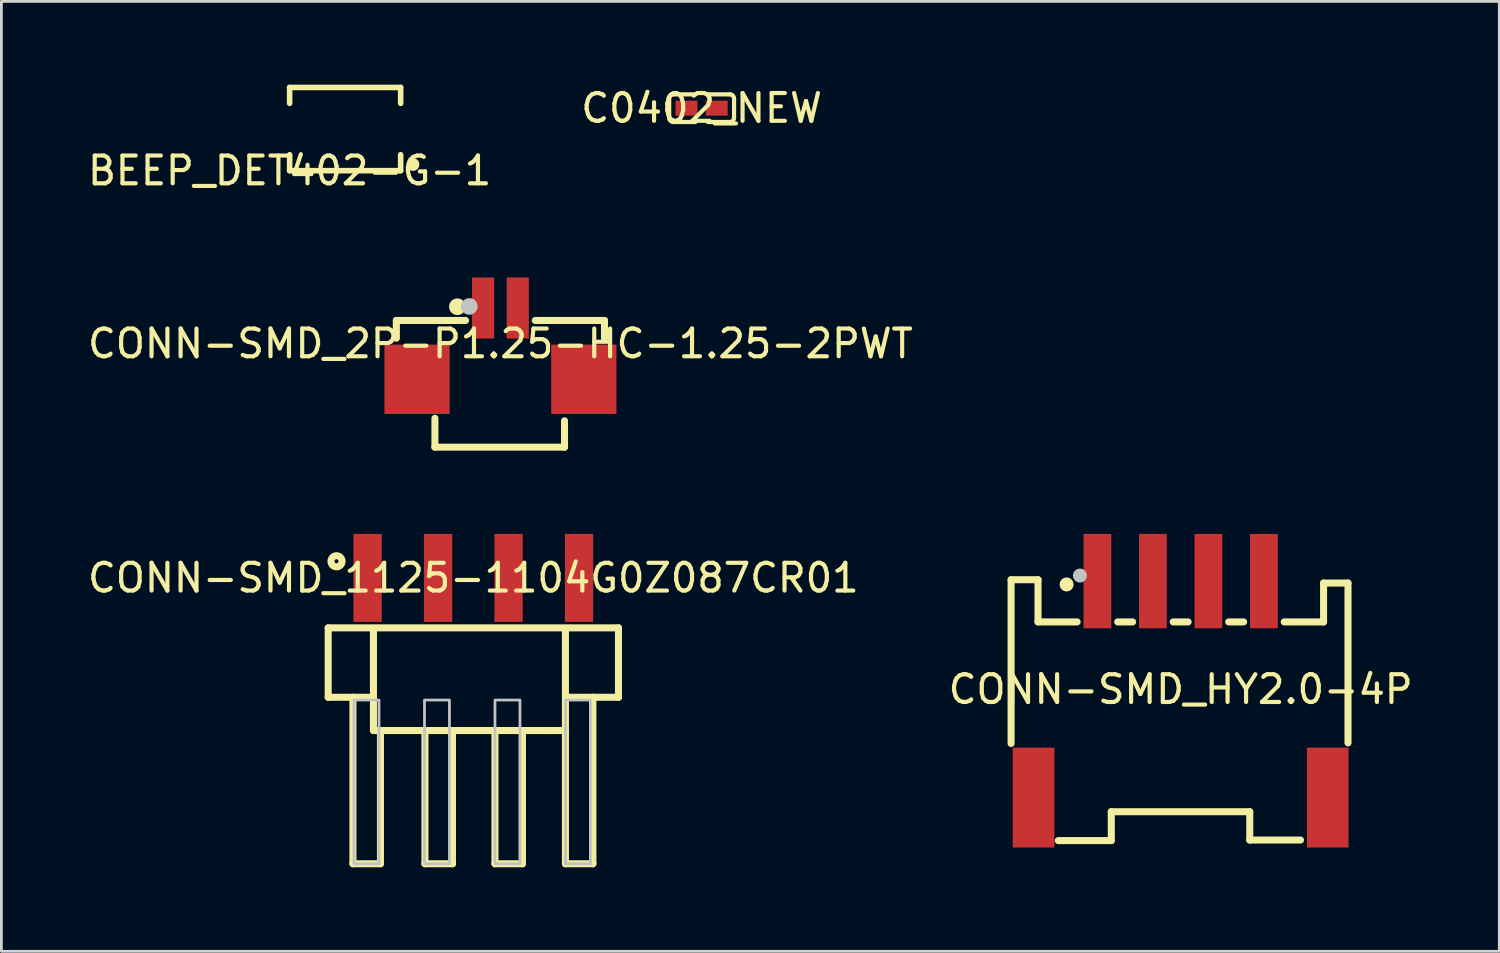
<source format=kicad_pcb>
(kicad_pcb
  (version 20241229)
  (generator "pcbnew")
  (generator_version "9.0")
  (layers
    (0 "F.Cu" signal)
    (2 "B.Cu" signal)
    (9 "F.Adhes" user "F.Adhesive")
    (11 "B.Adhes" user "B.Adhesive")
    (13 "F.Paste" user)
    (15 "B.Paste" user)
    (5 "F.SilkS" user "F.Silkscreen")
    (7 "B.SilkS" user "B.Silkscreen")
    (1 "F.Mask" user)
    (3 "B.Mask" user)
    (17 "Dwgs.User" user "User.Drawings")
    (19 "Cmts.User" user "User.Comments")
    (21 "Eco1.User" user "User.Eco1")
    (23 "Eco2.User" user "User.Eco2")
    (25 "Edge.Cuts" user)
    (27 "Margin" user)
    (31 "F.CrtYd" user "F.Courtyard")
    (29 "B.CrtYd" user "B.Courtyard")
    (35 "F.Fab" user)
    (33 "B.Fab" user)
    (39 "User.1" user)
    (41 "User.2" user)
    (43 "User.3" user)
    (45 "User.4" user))
  (footprint "CONN-SMD_2P-P1.25-HC-1.25-2PWT"
    (layer "F.Cu")
    (at 14.982 9.333)
    (property "Reference" "CONN-SMD_2P-P1.25-HC-1.25-2PWT" (at 0 0 0) (layer "F.SilkS") (effects (font (size 1 1) (thickness 0.15))))
    (fp_line (start -3.75 -0.835) (end -3.75 -0.196) (stroke (width 0.254) (type default)) (layer "F.SilkS"))
    (fp_line (start -2.36 2.69) (end -2.36 3.73) (stroke (width 0.254) (type default)) (layer "F.SilkS"))
    (fp_line (start -2.36 3.73) (end 2.31 3.73) (stroke (width 0.254) (type default)) (layer "F.SilkS"))
    (fp_line (start -1.256 -0.835) (end -3.75 -0.835) (stroke (width 0.254) (type default)) (layer "F.SilkS"))
    (fp_line (start 2.31 3.73) (end 2.31 2.78) (stroke (width 0.254) (type default)) (layer "F.SilkS"))
    (fp_line (start 3.75 -0.835) (end 1.256 -0.835) (stroke (width 0.254) (type default)) (layer "F.SilkS"))
    (fp_line (start 3.75 -0.196) (end 3.75 -0.835) (stroke (width 0.254) (type default)) (layer "F.SilkS"))
    (fp_circle (center -1.55 -1.33) (end -1.4 -1.33) (stroke (width 0.3) (type default)) (fill no) (layer "F.SilkS"))
    (fp_circle (center -1.12 -1.34) (end -0.97 -1.34) (stroke (width 0.3) (type default)) (fill no) (layer "Dwgs.User"))
    (fp_poly (pts (xy -0.775 -1.62) (xy -0.475 -1.62) (xy -0.475 -0.42) (xy -0.775 -0.42)) (stroke (width 0.1) (type default)) (fill no) (layer "User.1"))
    (fp_poly (pts (xy 0.47 -1.62) (xy 0.77 -1.62) (xy 0.77 -0.42) (xy 0.47 -0.42)) (stroke (width 0.1) (type default)) (fill no) (layer "User.1"))
    (fp_poly (pts (xy -1.87 2.26) (xy -1.87 0.26) (xy -3.61 0.26) (xy -3.75 0.4) (xy -3.75 2.26)) (stroke (width 0.1) (type default)) (fill no) (layer "User.1"))
    (fp_poly (pts (xy 1.87 2.25) (xy 1.87 0.25) (xy 3.56 0.25) (xy 3.7 0.4) (xy 3.75 0.4) (xy 3.75 2.25)) (stroke (width 0.1) (type default)) (fill no) (layer "User.1"))
    (fp_line (start -3.75 0.4) (end -3.75 2.25) (stroke (width 0.051) (type default)) (layer "User.2"))
    (fp_line (start -3.75 2.25) (end -2.2 2.25) (stroke (width 0.051) (type default)) (layer "User.2"))
    (fp_line (start -2.8 -0.55) (end -3.75 0.4) (stroke (width 0.051) (type default)) (layer "User.2"))
    (fp_line (start -2.75 -0.55) (end -2.8 -0.55) (stroke (width 0.051) (type default)) (layer "User.2"))
    (fp_line (start -2.2 2.25) (end -2.2 3.6) (stroke (width 0.051) (type default)) (layer "User.2"))
    (fp_line (start -2.2 3.6) (end 2.2 3.6) (stroke (width 0.051) (type default)) (layer "User.2"))
    (fp_line (start 2.2 2.25) (end 3.75 2.25) (stroke (width 0.051) (type default)) (layer "User.2"))
    (fp_line (start 2.2 3.6) (end 2.2 2.25) (stroke (width 0.051) (type default)) (layer "User.2"))
    (fp_line (start 2.75 -0.55) (end -2.75 -0.55) (stroke (width 0.051) (type default)) (layer "User.2"))
    (fp_line (start 3.7 0.4) (end 2.75 -0.55) (stroke (width 0.051) (type default)) (layer "User.2"))
    (fp_line (start 3.75 0.4) (end 3.7 0.4) (stroke (width 0.051) (type default)) (layer "User.2"))
    (fp_line (start 3.75 2.25) (end 3.75 0.4) (stroke (width 0.051) (type default)) (layer "User.2"))
    (fp_poly (pts (xy -3.695 -1.643) (xy -3.727 -1.675) (xy -3.773 -1.675) (xy -3.805 -1.643) (xy -3.805 -1.597) (xy -3.773 -1.565) (xy -3.727 -1.565) (xy -3.695 -1.597)) (stroke (width 0.1) (type default)) (fill no) (layer "User.3"))
    (pad "1" smd rect (at -0.625 -1.285) (size 0.8 2.2) (layers "F.Cu" "F.Mask" "F.Paste"))
    (pad "2" smd rect (at 0.625 -1.285) (size 0.8 2.2) (layers "F.Cu" "F.Mask" "F.Paste"))
    (pad "3" smd rect (at -3.005 1.285 270) (size 2.5 2.35) (layers "F.Cu" "F.Mask" "F.Paste"))
    (pad "4" smd rect (at 3.005 1.285 90) (size 2.5 2.35) (layers "F.Cu" "F.Mask" "F.Paste")))
  (footprint "C0402_NEW"
    (layer "F.Cu")
    (at 22.232 0.848)
    (property "Reference" "C0402_NEW" (at 0 0 0) (layer "F.SilkS") (effects (font (size 1 1) (thickness 0.15))))
    (fp_line (start -1.169 0.346) (end -1.169 -0.346) (stroke (width 0.152) (type default)) (layer "F.SilkS"))
    (fp_line (start -1.016 -0.498) (end -0.226 -0.498) (stroke (width 0.152) (type default)) (layer "F.SilkS"))
    (fp_line (start -0.226 0.498) (end -1.016 0.498) (stroke (width 0.152) (type default)) (layer "F.SilkS"))
    (fp_line (start 0.226 0.498) (end 1.016 0.498) (stroke (width 0.152) (type default)) (layer "F.SilkS"))
    (fp_line (start 1.016 -0.498) (end 0.226 -0.498) (stroke (width 0.152) (type default)) (layer "F.SilkS"))
    (fp_line (start 1.169 0.346) (end 1.169 -0.346) (stroke (width 0.152) (type default)) (layer "F.SilkS"))
    (fp_arc (start -1.1685 -0.346) (mid -1.12398 -0.45348) (end -1.0165 -0.4985) (stroke (width 0.1525) (type default)) (layer "F.SilkS"))
    (fp_arc (start -1.0165 0.4985) (mid -1.124334 0.453834) (end -1.1685 0.346) (stroke (width 0.1525) (type default)) (layer "F.SilkS"))
    (fp_arc (start 1.0165 -0.4985) (mid 1.124334 -0.453834) (end 1.1685 -0.346) (stroke (width 0.1525) (type default)) (layer "F.SilkS"))
    (fp_arc (start 1.1685 0.346) (mid 1.12398 0.45348) (end 1.0165 0.4985) (stroke (width 0.1525) (type default)) (layer "F.SilkS"))
    (fp_poly (pts (xy -0.2 -0.225) (xy -0.2 0.225) (xy -0.25 0.275) (xy -0.78 0.275) (xy -0.83 0.225) (xy -0.83 -0.225) (xy -0.78 -0.275) (xy -0.25 -0.275)) (stroke (width 0) (type default)) (fill yes) (layer "F.Paste"))
    (fp_poly (pts (xy 0.83 -0.225) (xy 0.83 0.225) (xy 0.78 0.275) (xy 0.25 0.275) (xy 0.2 0.225) (xy 0.2 -0.225) (xy 0.25 -0.275) (xy 0.78 -0.275)) (stroke (width 0) (type default)) (fill yes) (layer "F.Paste"))
    (fp_poly (pts (xy -0.5 0.25) (xy -0.5 -0.25) (xy -0.25 -0.25) (xy -0.25 0.25)) (stroke (width 0.1) (type default)) (fill no) (layer "User.1"))
    (fp_poly (pts (xy 0.5 0.25) (xy 0.5 -0.25) (xy 0.25 -0.25) (xy 0.25 0.25)) (stroke (width 0.1) (type default)) (fill no) (layer "User.1"))
    (fp_line (start -0.5 -0.25) (end 0.5 -0.25) (stroke (width 0.051) (type default)) (layer "User.2"))
    (fp_line (start -0.5 0.25) (end -0.5 -0.25) (stroke (width 0.051) (type default)) (layer "User.2"))
    (fp_line (start 0.5 -0.25) (end 0.5 0.25) (stroke (width 0.051) (type default)) (layer "User.2"))
    (fp_line (start 0.5 0.25) (end -0.5 0.25) (stroke (width 0.051) (type default)) (layer "User.2"))
    (fp_poly (pts (xy -0.445 0.227) (xy -0.477 0.195) (xy -0.523 0.195) (xy -0.555 0.227) (xy -0.555 0.273) (xy -0.523 0.305) (xy -0.477 0.305) (xy -0.445 0.273)) (stroke (width 0.1) (type default)) (fill no) (layer "User.3"))
    (pad "1" smd rect (at -0.545 0) (size 0.79 0.54) (layers "F.Cu" "F.Mask" "F.Paste"))
    (pad "2" smd rect (at 0.545 0) (size 0.79 0.54) (layers "F.Cu" "F.Mask" "F.Paste")))
  (footprint "CONN-SMD_1125-1104G0Z087CR01"
    (layer "F.Cu")
    (at 14.006 17.775)
    (property "Reference" "CONN-SMD_1125-1104G0Z087CR01" (at 0 0 0) (layer "F.SilkS") (effects (font (size 1 1) (thickness 0.15))))
    (fp_line (start -5.23 1.8) (end -5.23 4.3) (stroke (width 0.254) (type default)) (layer "F.SilkS"))
    (fp_line (start -5.23 1.8) (end 5.23 1.8) (stroke (width 0.254) (type default)) (layer "F.SilkS"))
    (fp_line (start -5.23 4.3) (end -3.6 4.3) (stroke (width 0.254) (type default)) (layer "F.SilkS"))
    (fp_line (start -4.338 4.3) (end -4.338 10.3) (stroke (width 0.254) (type default)) (layer "F.SilkS"))
    (fp_line (start -4.338 10.3) (end -3.347 10.3) (stroke (width 0.254) (type default)) (layer "F.SilkS"))
    (fp_line (start -3.599 5.499) (end -3.599 1.816) (stroke (width 0.254) (type default)) (layer "F.SilkS"))
    (fp_line (start -3.599 5.499) (end 2.74 5.499) (stroke (width 0.254) (type default)) (layer "F.SilkS"))
    (fp_line (start -3.347 5.5) (end -3.347 10.3) (stroke (width 0.254) (type default)) (layer "F.SilkS"))
    (fp_line (start -1.743 5.5) (end -1.743 10.3) (stroke (width 0.254) (type default)) (layer "F.SilkS"))
    (fp_line (start -1.743 10.3) (end -0.752 10.3) (stroke (width 0.254) (type default)) (layer "F.SilkS"))
    (fp_line (start -0.752 5.5) (end -0.752 10.3) (stroke (width 0.254) (type default)) (layer "F.SilkS"))
    (fp_line (start 0.779 5.5) (end 0.779 10.3) (stroke (width 0.254) (type default)) (layer "F.SilkS"))
    (fp_line (start 0.779 10.3) (end 1.77 10.3) (stroke (width 0.254) (type default)) (layer "F.SilkS"))
    (fp_line (start 1.77 5.5) (end 1.77 10.3) (stroke (width 0.254) (type default)) (layer "F.SilkS"))
    (fp_line (start 2.74 5.499) (end 3.317 5.499) (stroke (width 0.254) (type default)) (layer "F.SilkS"))
    (fp_line (start 3.319 5.5) (end 3.319 1.816) (stroke (width 0.254) (type default)) (layer "F.SilkS"))
    (fp_line (start 3.319 5.5) (end 3.319 10.3) (stroke (width 0.254) (type default)) (layer "F.SilkS"))
    (fp_line (start 3.319 10.3) (end 4.309 10.3) (stroke (width 0.254) (type default)) (layer "F.SilkS"))
    (fp_line (start 4.309 4.3) (end 4.309 10.3) (stroke (width 0.254) (type default)) (layer "F.SilkS"))
    (fp_line (start 5.23 1.8) (end 5.23 4.3) (stroke (width 0.254) (type default)) (layer "F.SilkS"))
    (fp_line (start 5.23 4.3) (end 3.4 4.3) (stroke (width 0.254) (type default)) (layer "F.SilkS"))
    (fp_circle (center -4.93 -0.6) (end -4.73 -0.6) (stroke (width 0.254) (type default)) (fill no) (layer "F.SilkS"))
    (fp_poly (pts (xy -4.3 4.4) (xy -4.3 10.3) (xy -3.4 10.3) (xy -3.4 4.4)) (stroke (width 0.1) (type default)) (fill no) (layer "Dwgs.User"))
    (fp_poly (pts (xy -1.76 4.4) (xy -1.76 10.3) (xy -0.86 10.3) (xy -0.86 4.4)) (stroke (width 0.1) (type default)) (fill no) (layer "Dwgs.User"))
    (fp_poly (pts (xy 0.78 4.4) (xy 0.78 10.3) (xy 1.68 10.3) (xy 1.68 4.4)) (stroke (width 0.1) (type default)) (fill no) (layer "Dwgs.User"))
    (fp_poly (pts (xy 3.32 4.4) (xy 3.32 10.3) (xy 4.22 10.3) (xy 4.22 4.4)) (stroke (width 0.1) (type default)) (fill no) (layer "Dwgs.User"))
    (fp_poly (pts (xy -4.13 -1.2) (xy -3.49 -1.2) (xy -3.49 0.07) (xy -4.13 0.07)) (stroke (width 0.1) (type default)) (fill no) (layer "User.1"))
    (fp_poly (pts (xy -4.12 10.35) (xy -4.12 0.05) (xy -3.48 0.05) (xy -3.48 10.35)) (stroke (width 0.1) (type default)) (fill no) (layer "User.1"))
    (fp_poly (pts (xy -1.59 -1.2) (xy -0.95 -1.2) (xy -0.95 0.07) (xy -1.59 0.07)) (stroke (width 0.1) (type default)) (fill no) (layer "User.1"))
    (fp_poly (pts (xy -1.58 10.35) (xy -1.58 0.05) (xy -0.94 0.05) (xy -0.94 10.35)) (stroke (width 0.1) (type default)) (fill no) (layer "User.1"))
    (fp_poly (pts (xy 0.95 -1.2) (xy 1.59 -1.2) (xy 1.59 0.07) (xy 0.95 0.07)) (stroke (width 0.1) (type default)) (fill no) (layer "User.1"))
    (fp_poly (pts (xy 0.96 10.35) (xy 0.96 0.05) (xy 1.6 0.05) (xy 1.6 10.35)) (stroke (width 0.1) (type default)) (fill no) (layer "User.1"))
    (fp_poly (pts (xy 3.49 -1.2) (xy 4.13 -1.2) (xy 4.13 0.07) (xy 3.49 0.07)) (stroke (width 0.1) (type default)) (fill no) (layer "User.1"))
    (fp_poly (pts (xy 3.5 10.35) (xy 3.5 0.05) (xy 4.14 0.05) (xy 4.14 10.35)) (stroke (width 0.1) (type default)) (fill no) (layer "User.1"))
    (fp_line (start -5.1 1.8) (end 5.06 1.8) (stroke (width 0.051) (type default)) (layer "User.2"))
    (fp_line (start -5.1 4.32) (end -5.1 1.8) (stroke (width 0.051) (type default)) (layer "User.2"))
    (fp_line (start 5.06 1.8) (end 5.06 4.32) (stroke (width 0.051) (type default)) (layer "User.2"))
    (fp_line (start 5.06 4.32) (end -5.1 4.32) (stroke (width 0.051) (type default)) (layer "User.2"))
    (fp_poly (pts (xy -5.045 10.327) (xy -5.077 10.295) (xy -5.123 10.295) (xy -5.155 10.327) (xy -5.155 10.373) (xy -5.123 10.405) (xy -5.077 10.405) (xy -5.045 10.373)) (stroke (width 0.1) (type default)) (fill no) (layer "User.3"))
    (pad "1" smd rect (at -3.81 0) (size 1.02 3.17) (layers "F.Cu" "F.Mask" "F.Paste"))
    (pad "2" smd rect (at -1.27 0) (size 1.02 3.17) (layers "F.Cu" "F.Mask" "F.Paste"))
    (pad "3" smd rect (at 1.27 0) (size 1.02 3.17) (layers "F.Cu" "F.Mask" "F.Paste"))
    (pad "4" smd rect (at 3.81 0) (size 1.02 3.17) (layers "F.Cu" "F.Mask" "F.Paste")))
  (footprint "BEEP_DET402-G-1"
    (layer "F.Cu")
    (at 7.387 3.1)
    (property "Reference" "BEEP_DET402-G-1" (at 0 0 0) (layer "F.SilkS") (effects (font (size 1 1) (thickness 0.15))))
    (fp_line (start 0 -2.999) (end 0 -2.425) (stroke (width 0.201) (type default)) (layer "F.SilkS"))
    (fp_line (start 0 0) (end 0 -0.574) (stroke (width 0.201) (type default)) (layer "F.SilkS"))
    (fp_line (start 4 -2.999) (end 0 -2.999) (stroke (width 0.201) (type default)) (layer "F.SilkS"))
    (fp_line (start 4 -2.425) (end 4 -2.999) (stroke (width 0.201) (type default)) (layer "F.SilkS"))
    (fp_line (start 4 -0.574) (end 4 0) (stroke (width 0.201) (type default)) (layer "F.SilkS"))
    (fp_line (start 4 0) (end 0 0) (stroke (width 0.201) (type default)) (layer "F.SilkS"))
    (fp_arc (start 4.338 -0.225) (mid 4.549976 -0.227248) (end 4.338 -0.2205) (stroke (width 0.254) (type default)) (layer "F.SilkS"))
    (pad "1" smd custom (at 0 -1.501 180) (size 0.000001 0.000001) (layers "F.Cu" "F.Mask" "F.Paste") (options (anchor circle)) (primitives))
    (pad "2" smd custom (at 4 -1.501) (size 0.000001 0.000001) (layers "F.Cu" "F.Mask" "F.Paste") (options (anchor circle)) (primitives)))
  (footprint "CONN-SMD_HY2.0-4P"
    (layer "F.Cu")
    (at 39.494 21.79)
    (property "Reference" "CONN-SMD_HY2.0-4P" (at 0 0 0) (layer "F.SilkS") (effects (font (size 1 1) (thickness 0.15))))
    (fp_line (start -6.11 -3.949) (end -5.14 -3.949) (stroke (width 0.254) (type default)) (layer "F.SilkS"))
    (fp_line (start -6.11 1.95) (end -6.11 -3.95) (stroke (width 0.254) (type default)) (layer "F.SilkS"))
    (fp_line (start -5.14 -3.949) (end -5.14 -2.43) (stroke (width 0.254) (type default)) (layer "F.SilkS"))
    (fp_line (start -5.14 -2.43) (end -3.731 -2.43) (stroke (width 0.254) (type default)) (layer "F.SilkS"))
    (fp_line (start -4.41 5.45) (end -2.5 5.45) (stroke (width 0.254) (type default)) (layer "F.SilkS"))
    (fp_line (start -2.5 4.41) (end 2.49 4.41) (stroke (width 0.254) (type default)) (layer "F.SilkS"))
    (fp_line (start -2.5 5.45) (end -2.5 4.41) (stroke (width 0.254) (type default)) (layer "F.SilkS"))
    (fp_line (start -2.269 -2.43) (end -1.731 -2.43) (stroke (width 0.254) (type default)) (layer "F.SilkS"))
    (fp_line (start -0.269 -2.43) (end 0.269 -2.43) (stroke (width 0.254) (type default)) (layer "F.SilkS"))
    (fp_line (start 1.731 -2.43) (end 2.269 -2.43) (stroke (width 0.254) (type default)) (layer "F.SilkS"))
    (fp_line (start 2.49 4.41) (end 2.49 5.43) (stroke (width 0.254) (type default)) (layer "F.SilkS"))
    (fp_line (start 2.49 5.43) (end 4.319 5.43) (stroke (width 0.254) (type default)) (layer "F.SilkS"))
    (fp_line (start 3.731 -2.43) (end 5.15 -2.43) (stroke (width 0.254) (type default)) (layer "F.SilkS"))
    (fp_line (start 5.15 -3.83) (end 6.03 -3.83) (stroke (width 0.254) (type default)) (layer "F.SilkS"))
    (fp_line (start 5.15 -2.43) (end 5.15 -3.83) (stroke (width 0.254) (type default)) (layer "F.SilkS"))
    (fp_line (start 6.03 -3.83) (end 6.03 1.93) (stroke (width 0.254) (type default)) (layer "F.SilkS"))
    (fp_circle (center -4.11 -3.78) (end -3.983 -3.78) (stroke (width 0.254) (type default)) (fill no) (layer "F.SilkS"))
    (fp_circle (center -3.63 -4.1) (end -3.503 -4.1) (stroke (width 0.254) (type default)) (fill no) (layer "Dwgs.User"))
    (fp_poly (pts (xy -5.1 5.19) (xy -5.5 5.19) (xy -5.5 2.59) (xy -5.1 2.59)) (stroke (width 0.1) (type default)) (fill no) (layer "User.1"))
    (fp_poly (pts (xy -2.75 -2.2) (xy -3.25 -2.2) (xy -3.25 -4.91) (xy -2.75 -4.91)) (stroke (width 0.1) (type default)) (fill no) (layer "User.1"))
    (fp_poly (pts (xy -0.75 -2.2) (xy -1.25 -2.2) (xy -1.25 -4.91) (xy -0.75 -4.91)) (stroke (width 0.1) (type default)) (fill no) (layer "User.1"))
    (fp_poly (pts (xy 1.25 -2.2) (xy 0.75 -2.2) (xy 0.75 -4.91) (xy 1.25 -4.91)) (stroke (width 0.1) (type default)) (fill no) (layer "User.1"))
    (fp_poly (pts (xy 3.25 -2.2) (xy 2.75 -2.2) (xy 2.75 -4.91) (xy 3.25 -4.91)) (stroke (width 0.1) (type default)) (fill no) (layer "User.1"))
    (fp_poly (pts (xy 5.5 5.19) (xy 5.1 5.19) (xy 5.1 2.59) (xy 5.5 2.59)) (stroke (width 0.1) (type default)) (fill no) (layer "User.1"))
    (fp_line (start -6 -3.85) (end -5.2 -3.85) (stroke (width 0.051) (type default)) (layer "User.2"))
    (fp_line (start -6 5.375) (end -6 -3.85) (stroke (width 0.051) (type default)) (layer "User.2"))
    (fp_line (start -5.2 -3.85) (end -5.2 -2.4) (stroke (width 0.051) (type default)) (layer "User.2"))
    (fp_line (start -5.2 -2.4) (end 5.2 -2.41) (stroke (width 0.051) (type default)) (layer "User.2"))
    (fp_line (start 5.2 -3.85) (end 6 -3.85) (stroke (width 0.051) (type default)) (layer "User.2"))
    (fp_line (start 5.2 -2.41) (end 5.2 -3.85) (stroke (width 0.051) (type default)) (layer "User.2"))
    (fp_line (start 6 -3.85) (end 6 5.375) (stroke (width 0.051) (type default)) (layer "User.2"))
    (fp_line (start 6 5.375) (end -6 5.375) (stroke (width 0.051) (type default)) (layer "User.2"))
    (fp_poly (pts (xy -5.945 -4.933) (xy -5.977 -4.965) (xy -6.023 -4.965) (xy -6.055 -4.933) (xy -6.055 -4.887) (xy -6.023 -4.855) (xy -5.977 -4.855) (xy -5.945 -4.887)) (stroke (width 0.1) (type default)) (fill no) (layer "User.3"))
    (pad "1" smd rect (at -3 -3.9 180) (size 1 3.4) (layers "F.Cu" "F.Mask" "F.Paste"))
    (pad "2" smd rect (at -1 -3.9 180) (size 1 3.4) (layers "F.Cu" "F.Mask" "F.Paste"))
    (pad "3" smd rect (at 1 -3.9 180) (size 1 3.4) (layers "F.Cu" "F.Mask" "F.Paste"))
    (pad "4" smd rect (at 3 -3.9 180) (size 1 3.4) (layers "F.Cu" "F.Mask" "F.Paste"))
    (pad "5" smd rect (at 5.3 3.9 180) (size 1.5 3.6) (layers "F.Cu" "F.Mask" "F.Paste"))
    (pad "6" smd rect (at -5.3 3.9 180) (size 1.5 3.6) (layers "F.Cu" "F.Mask" "F.Paste")))
  (gr_rect
    (start -3 -3)
    (end 50.976 31.23)
    (stroke (width 0.1) (type default))
    (fill no)
    (layer "Edge.Cuts")))
</source>
